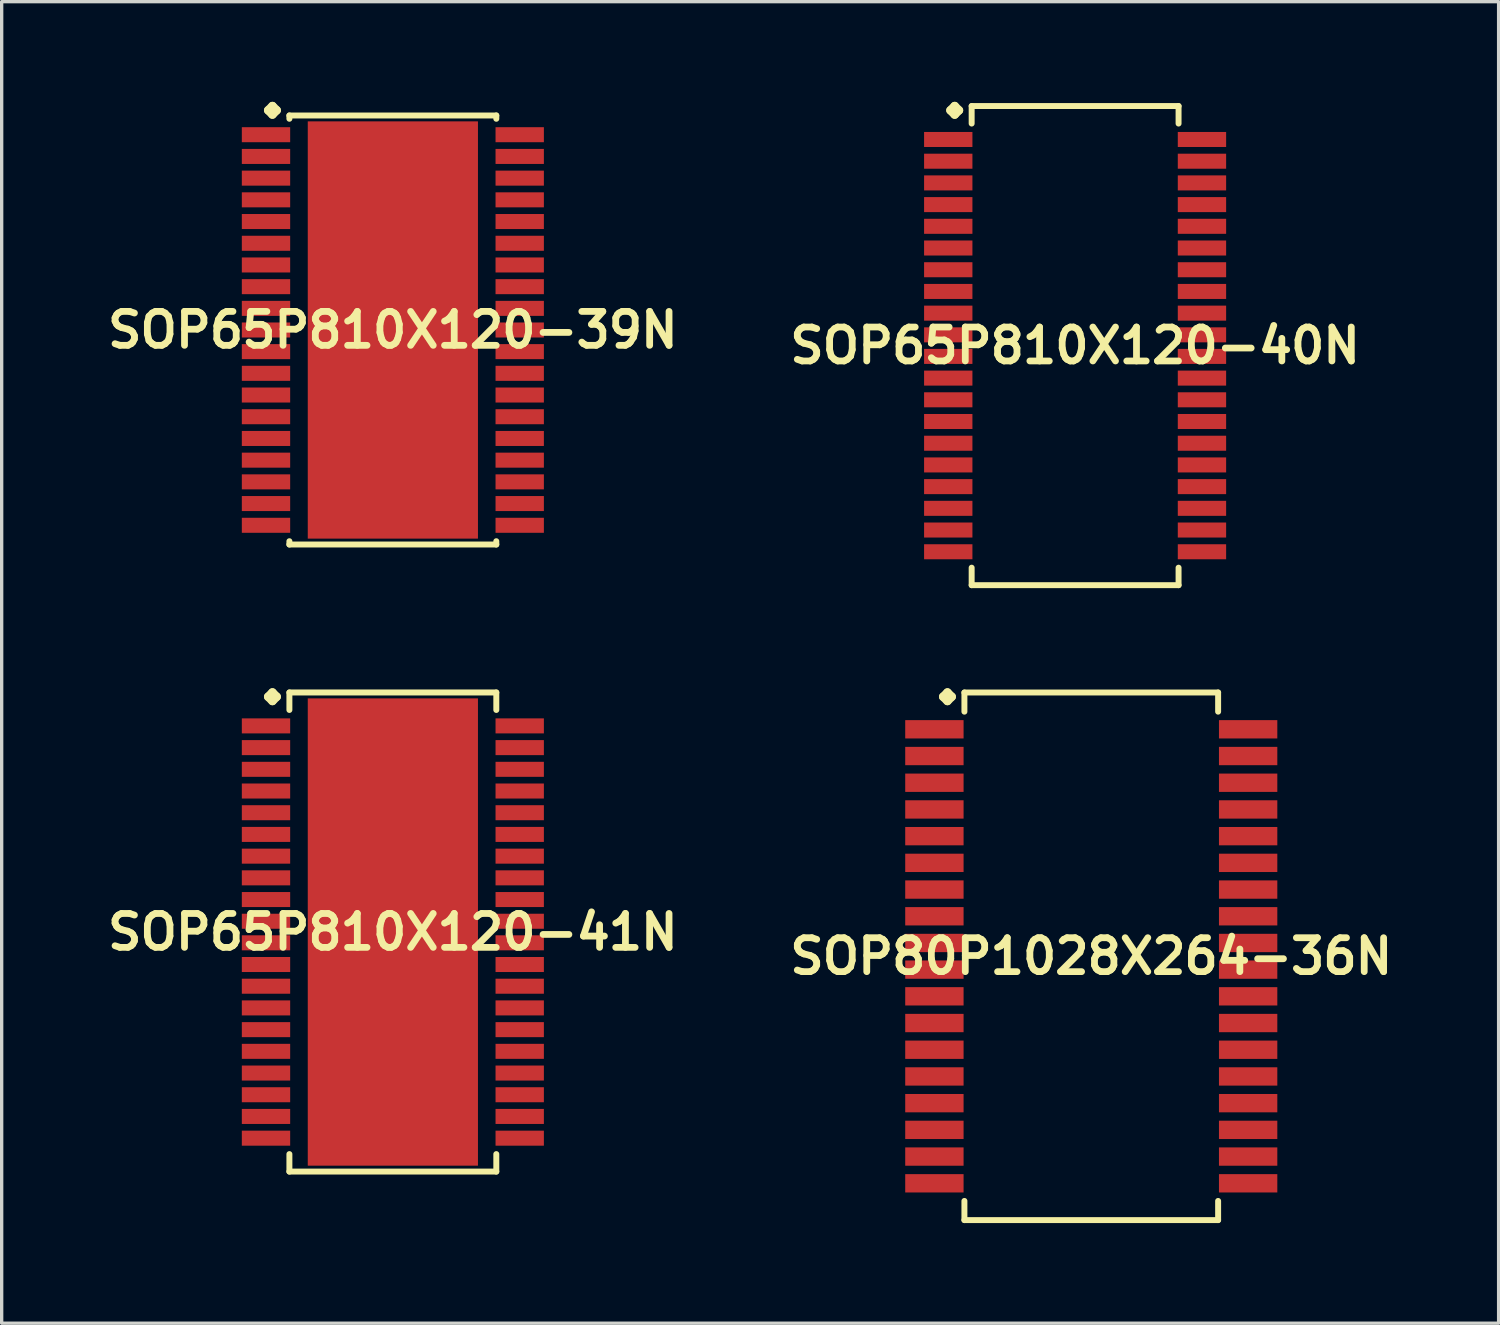
<source format=kicad_pcb>
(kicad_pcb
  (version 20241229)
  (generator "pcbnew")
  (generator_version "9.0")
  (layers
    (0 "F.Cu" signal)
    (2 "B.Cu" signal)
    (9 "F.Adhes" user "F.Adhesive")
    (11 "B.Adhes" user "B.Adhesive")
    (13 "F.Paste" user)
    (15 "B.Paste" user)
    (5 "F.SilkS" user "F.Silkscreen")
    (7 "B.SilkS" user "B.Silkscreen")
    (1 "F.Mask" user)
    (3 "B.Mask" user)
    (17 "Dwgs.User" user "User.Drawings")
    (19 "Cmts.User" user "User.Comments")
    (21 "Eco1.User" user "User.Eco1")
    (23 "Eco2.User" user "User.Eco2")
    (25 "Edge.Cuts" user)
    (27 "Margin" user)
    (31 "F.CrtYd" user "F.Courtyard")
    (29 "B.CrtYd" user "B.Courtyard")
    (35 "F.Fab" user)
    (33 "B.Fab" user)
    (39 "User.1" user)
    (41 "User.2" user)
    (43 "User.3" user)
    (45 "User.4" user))
  (footprint "SOP65P810X120-40N"
    (layer "F.Cu")
    (at 29.155 7.303)
    (property "Reference" "SOP65P810X120-40N" (at 0 0 0) (layer "F.SilkS") (effects (font (size 1.016 1.016) (thickness 0.203))))
    (attr smd)
    (fp_line (start -3.734 -7.048) (end -3.607 -7.176) (stroke (width 0.254) (type solid)) (layer "F.SilkS"))
    (fp_line (start -3.607 -7.176) (end -3.48 -7.048) (stroke (width 0.254) (type solid)) (layer "F.SilkS"))
    (fp_line (start -3.607 -6.921) (end -3.734 -7.048) (stroke (width 0.254) (type solid)) (layer "F.SilkS"))
    (fp_line (start -3.48 -7.048) (end -3.607 -6.921) (stroke (width 0.254) (type solid)) (layer "F.SilkS"))
    (fp_line (start -3.099 -7.176) (end 3.099 -7.176) (stroke (width 0.178) (type solid)) (layer "F.SilkS"))
    (fp_line (start -3.099 -6.652) (end -3.099 -7.176) (stroke (width 0.178) (type solid)) (layer "F.SilkS"))
    (fp_line (start -3.099 6.652) (end -3.099 7.176) (stroke (width 0.178) (type solid)) (layer "F.SilkS"))
    (fp_line (start -3.099 7.176) (end 3.099 7.176) (stroke (width 0.178) (type solid)) (layer "F.SilkS"))
    (fp_line (start 3.099 -7.176) (end 3.099 -6.652) (stroke (width 0.178) (type solid)) (layer "F.SilkS"))
    (fp_line (start 3.099 7.176) (end 3.099 6.652) (stroke (width 0.178) (type solid)) (layer "F.SilkS"))
    (pad "1" smd rect (at -3.8 -6.175) (size 1.448 0.45) (layers "F.Cu" "F.Mask" "F.Paste"))
    (pad "2" smd rect (at -3.8 -5.524) (size 1.448 0.45) (layers "F.Cu" "F.Mask" "F.Paste"))
    (pad "3" smd rect (at -3.8 -4.874) (size 1.448 0.45) (layers "F.Cu" "F.Mask" "F.Paste"))
    (pad "4" smd rect (at -3.8 -4.224) (size 1.448 0.45) (layers "F.Cu" "F.Mask" "F.Paste"))
    (pad "5" smd rect (at -3.8 -3.574) (size 1.448 0.45) (layers "F.Cu" "F.Mask" "F.Paste"))
    (pad "6" smd rect (at -3.8 -2.924) (size 1.448 0.45) (layers "F.Cu" "F.Mask" "F.Paste"))
    (pad "7" smd rect (at -3.8 -2.273) (size 1.448 0.45) (layers "F.Cu" "F.Mask" "F.Paste"))
    (pad "8" smd rect (at -3.8 -1.623) (size 1.448 0.45) (layers "F.Cu" "F.Mask" "F.Paste"))
    (pad "9" smd rect (at -3.8 -0.973) (size 1.448 0.45) (layers "F.Cu" "F.Mask" "F.Paste"))
    (pad "10" smd rect (at -3.8 -0.323) (size 1.448 0.45) (layers "F.Cu" "F.Mask" "F.Paste"))
    (pad "11" smd rect (at -3.8 0.323) (size 1.448 0.45) (layers "F.Cu" "F.Mask" "F.Paste"))
    (pad "12" smd rect (at -3.8 0.973) (size 1.448 0.45) (layers "F.Cu" "F.Mask" "F.Paste"))
    (pad "13" smd rect (at -3.8 1.623) (size 1.448 0.45) (layers "F.Cu" "F.Mask" "F.Paste"))
    (pad "14" smd rect (at -3.8 2.273) (size 1.448 0.45) (layers "F.Cu" "F.Mask" "F.Paste"))
    (pad "15" smd rect (at -3.8 2.924) (size 1.448 0.45) (layers "F.Cu" "F.Mask" "F.Paste"))
    (pad "16" smd rect (at -3.8 3.574) (size 1.448 0.45) (layers "F.Cu" "F.Mask" "F.Paste"))
    (pad "17" smd rect (at -3.8 4.224) (size 1.448 0.45) (layers "F.Cu" "F.Mask" "F.Paste"))
    (pad "18" smd rect (at -3.8 4.874) (size 1.448 0.45) (layers "F.Cu" "F.Mask" "F.Paste"))
    (pad "19" smd rect (at -3.8 5.524) (size 1.448 0.45) (layers "F.Cu" "F.Mask" "F.Paste"))
    (pad "20" smd rect (at -3.8 6.175) (size 1.448 0.45) (layers "F.Cu" "F.Mask" "F.Paste"))
    (pad "21" smd rect (at 3.8 6.175) (size 1.448 0.45) (layers "F.Cu" "F.Mask" "F.Paste"))
    (pad "22" smd rect (at 3.8 5.524) (size 1.448 0.45) (layers "F.Cu" "F.Mask" "F.Paste"))
    (pad "23" smd rect (at 3.8 4.874) (size 1.448 0.45) (layers "F.Cu" "F.Mask" "F.Paste"))
    (pad "24" smd rect (at 3.8 4.224) (size 1.448 0.45) (layers "F.Cu" "F.Mask" "F.Paste"))
    (pad "25" smd rect (at 3.8 3.574) (size 1.448 0.45) (layers "F.Cu" "F.Mask" "F.Paste"))
    (pad "26" smd rect (at 3.8 2.924) (size 1.448 0.45) (layers "F.Cu" "F.Mask" "F.Paste"))
    (pad "27" smd rect (at 3.8 2.273) (size 1.448 0.45) (layers "F.Cu" "F.Mask" "F.Paste"))
    (pad "28" smd rect (at 3.8 1.623) (size 1.448 0.45) (layers "F.Cu" "F.Mask" "F.Paste"))
    (pad "29" smd rect (at 3.8 0.973) (size 1.448 0.45) (layers "F.Cu" "F.Mask" "F.Paste"))
    (pad "30" smd rect (at 3.8 0.323) (size 1.448 0.45) (layers "F.Cu" "F.Mask" "F.Paste"))
    (pad "31" smd rect (at 3.8 -0.323) (size 1.448 0.45) (layers "F.Cu" "F.Mask" "F.Paste"))
    (pad "32" smd rect (at 3.8 -0.973) (size 1.448 0.45) (layers "F.Cu" "F.Mask" "F.Paste"))
    (pad "33" smd rect (at 3.8 -1.623) (size 1.448 0.45) (layers "F.Cu" "F.Mask" "F.Paste"))
    (pad "34" smd rect (at 3.8 -2.273) (size 1.448 0.45) (layers "F.Cu" "F.Mask" "F.Paste"))
    (pad "35" smd rect (at 3.8 -2.924) (size 1.448 0.45) (layers "F.Cu" "F.Mask" "F.Paste"))
    (pad "36" smd rect (at 3.8 -3.574) (size 1.448 0.45) (layers "F.Cu" "F.Mask" "F.Paste"))
    (pad "37" smd rect (at 3.8 -4.224) (size 1.448 0.45) (layers "F.Cu" "F.Mask" "F.Paste"))
    (pad "38" smd rect (at 3.8 -4.874) (size 1.448 0.45) (layers "F.Cu" "F.Mask" "F.Paste"))
    (pad "39" smd rect (at 3.8 -5.524) (size 1.448 0.45) (layers "F.Cu" "F.Mask" "F.Paste"))
    (pad "40" smd rect (at 3.8 -6.175) (size 1.448 0.45) (layers "F.Cu" "F.Mask" "F.Paste")))
  (footprint "SOP65P810X120-39N"
    (layer "F.Cu")
    (at 8.718 6.835)
    (property "Reference" "SOP65P810X120-39N" (at 0 0 0) (layer "F.SilkS") (effects (font (size 1.016 1.016) (thickness 0.203))))
    (attr smd)
    (fp_line (start -3.734 -6.581) (end -3.607 -6.708) (stroke (width 0.254) (type solid)) (layer "F.SilkS"))
    (fp_line (start -3.607 -6.708) (end -3.48 -6.581) (stroke (width 0.254) (type solid)) (layer "F.SilkS"))
    (fp_line (start -3.607 -6.454) (end -3.734 -6.581) (stroke (width 0.254) (type solid)) (layer "F.SilkS"))
    (fp_line (start -3.48 -6.581) (end -3.607 -6.454) (stroke (width 0.254) (type solid)) (layer "F.SilkS"))
    (fp_line (start -3.099 -6.426) (end 3.099 -6.426) (stroke (width 0.178) (type solid)) (layer "F.SilkS"))
    (fp_line (start -3.099 -6.327) (end -3.099 -6.426) (stroke (width 0.178) (type solid)) (layer "F.SilkS"))
    (fp_line (start -3.099 6.327) (end -3.099 6.426) (stroke (width 0.178) (type solid)) (layer "F.SilkS"))
    (fp_line (start -3.099 6.426) (end 3.099 6.426) (stroke (width 0.178) (type solid)) (layer "F.SilkS"))
    (fp_line (start 3.099 -6.426) (end 3.099 -6.327) (stroke (width 0.178) (type solid)) (layer "F.SilkS"))
    (fp_line (start 3.099 6.426) (end 3.099 6.327) (stroke (width 0.178) (type solid)) (layer "F.SilkS"))
    (pad "1" smd rect (at -3.8 -5.85) (size 1.448 0.45) (layers "F.Cu" "F.Mask" "F.Paste"))
    (pad "2" smd rect (at -3.8 -5.199) (size 1.448 0.45) (layers "F.Cu" "F.Mask" "F.Paste"))
    (pad "3" smd rect (at -3.8 -4.549) (size 1.448 0.45) (layers "F.Cu" "F.Mask" "F.Paste"))
    (pad "4" smd rect (at -3.8 -3.899) (size 1.448 0.45) (layers "F.Cu" "F.Mask" "F.Paste"))
    (pad "5" smd rect (at -3.8 -3.249) (size 1.448 0.45) (layers "F.Cu" "F.Mask" "F.Paste"))
    (pad "6" smd rect (at -3.8 -2.598) (size 1.448 0.45) (layers "F.Cu" "F.Mask" "F.Paste"))
    (pad "7" smd rect (at -3.8 -1.948) (size 1.448 0.45) (layers "F.Cu" "F.Mask" "F.Paste"))
    (pad "8" smd rect (at -3.8 -1.298) (size 1.448 0.45) (layers "F.Cu" "F.Mask" "F.Paste"))
    (pad "9" smd rect (at -3.8 -0.648) (size 1.448 0.45) (layers "F.Cu" "F.Mask" "F.Paste"))
    (pad "10" smd rect (at -3.8 0) (size 1.448 0.45) (layers "F.Cu" "F.Mask" "F.Paste"))
    (pad "11" smd rect (at -3.8 0.648) (size 1.448 0.45) (layers "F.Cu" "F.Mask" "F.Paste"))
    (pad "12" smd rect (at -3.8 1.298) (size 1.448 0.45) (layers "F.Cu" "F.Mask" "F.Paste"))
    (pad "13" smd rect (at -3.8 1.948) (size 1.448 0.45) (layers "F.Cu" "F.Mask" "F.Paste"))
    (pad "14" smd rect (at -3.8 2.598) (size 1.448 0.45) (layers "F.Cu" "F.Mask" "F.Paste"))
    (pad "15" smd rect (at -3.8 3.249) (size 1.448 0.45) (layers "F.Cu" "F.Mask" "F.Paste"))
    (pad "16" smd rect (at -3.8 3.899) (size 1.448 0.45) (layers "F.Cu" "F.Mask" "F.Paste"))
    (pad "17" smd rect (at -3.8 4.549) (size 1.448 0.45) (layers "F.Cu" "F.Mask" "F.Paste"))
    (pad "18" smd rect (at -3.8 5.199) (size 1.448 0.45) (layers "F.Cu" "F.Mask" "F.Paste"))
    (pad "19" smd rect (at -3.8 5.85) (size 1.448 0.45) (layers "F.Cu" "F.Mask" "F.Paste"))
    (pad "20" smd rect (at 3.8 5.85) (size 1.448 0.45) (layers "F.Cu" "F.Mask" "F.Paste"))
    (pad "21" smd rect (at 3.8 5.199) (size 1.448 0.45) (layers "F.Cu" "F.Mask" "F.Paste"))
    (pad "22" smd rect (at 3.8 4.549) (size 1.448 0.45) (layers "F.Cu" "F.Mask" "F.Paste"))
    (pad "23" smd rect (at 3.8 3.899) (size 1.448 0.45) (layers "F.Cu" "F.Mask" "F.Paste"))
    (pad "24" smd rect (at 3.8 3.249) (size 1.448 0.45) (layers "F.Cu" "F.Mask" "F.Paste"))
    (pad "25" smd rect (at 3.8 2.598) (size 1.448 0.45) (layers "F.Cu" "F.Mask" "F.Paste"))
    (pad "26" smd rect (at 3.8 1.948) (size 1.448 0.45) (layers "F.Cu" "F.Mask" "F.Paste"))
    (pad "27" smd rect (at 3.8 1.298) (size 1.448 0.45) (layers "F.Cu" "F.Mask" "F.Paste"))
    (pad "28" smd rect (at 3.8 0.648) (size 1.448 0.45) (layers "F.Cu" "F.Mask" "F.Paste"))
    (pad "29" smd rect (at 3.8 0) (size 1.448 0.45) (layers "F.Cu" "F.Mask" "F.Paste"))
    (pad "30" smd rect (at 3.8 -0.648) (size 1.448 0.45) (layers "F.Cu" "F.Mask" "F.Paste"))
    (pad "31" smd rect (at 3.8 -1.298) (size 1.448 0.45) (layers "F.Cu" "F.Mask" "F.Paste"))
    (pad "32" smd rect (at 3.8 -1.948) (size 1.448 0.45) (layers "F.Cu" "F.Mask" "F.Paste"))
    (pad "33" smd rect (at 3.8 -2.598) (size 1.448 0.45) (layers "F.Cu" "F.Mask" "F.Paste"))
    (pad "34" smd rect (at 3.8 -3.249) (size 1.448 0.45) (layers "F.Cu" "F.Mask" "F.Paste"))
    (pad "35" smd rect (at 3.8 -3.899) (size 1.448 0.45) (layers "F.Cu" "F.Mask" "F.Paste"))
    (pad "36" smd rect (at 3.8 -4.549) (size 1.448 0.45) (layers "F.Cu" "F.Mask" "F.Paste"))
    (pad "37" smd rect (at 3.8 -5.199) (size 1.448 0.45) (layers "F.Cu" "F.Mask" "F.Paste"))
    (pad "38" smd rect (at 3.8 -5.85) (size 1.448 0.45) (layers "F.Cu" "F.Mask" "F.Paste"))
    (pad "39" smd rect (at 0 0) (size 5.098 12.499) (layers "F.Cu" "F.Mask" "F.Paste")))
  (footprint "SOP65P810X120-41N"
    (layer "F.Cu")
    (at 8.718 24.869)
    (property "Reference" "SOP65P810X120-41N" (at 0 0 0) (layer "F.SilkS") (effects (font (size 1.016 1.016) (thickness 0.203))))
    (attr smd)
    (fp_line (start -3.734 -7.048) (end -3.607 -7.176) (stroke (width 0.254) (type solid)) (layer "F.SilkS"))
    (fp_line (start -3.607 -7.176) (end -3.48 -7.048) (stroke (width 0.254) (type solid)) (layer "F.SilkS"))
    (fp_line (start -3.607 -6.921) (end -3.734 -7.048) (stroke (width 0.254) (type solid)) (layer "F.SilkS"))
    (fp_line (start -3.48 -7.048) (end -3.607 -6.921) (stroke (width 0.254) (type solid)) (layer "F.SilkS"))
    (fp_line (start -3.099 -7.176) (end 3.099 -7.176) (stroke (width 0.178) (type solid)) (layer "F.SilkS"))
    (fp_line (start -3.099 -6.652) (end -3.099 -7.176) (stroke (width 0.178) (type solid)) (layer "F.SilkS"))
    (fp_line (start -3.099 6.652) (end -3.099 7.176) (stroke (width 0.178) (type solid)) (layer "F.SilkS"))
    (fp_line (start -3.099 7.176) (end 3.099 7.176) (stroke (width 0.178) (type solid)) (layer "F.SilkS"))
    (fp_line (start 3.099 -7.176) (end 3.099 -6.652) (stroke (width 0.178) (type solid)) (layer "F.SilkS"))
    (fp_line (start 3.099 7.176) (end 3.099 6.652) (stroke (width 0.178) (type solid)) (layer "F.SilkS"))
    (pad "1" smd rect (at -3.8 -6.175) (size 1.448 0.45) (layers "F.Cu" "F.Mask" "F.Paste"))
    (pad "2" smd rect (at -3.8 -5.524) (size 1.448 0.45) (layers "F.Cu" "F.Mask" "F.Paste"))
    (pad "3" smd rect (at -3.8 -4.874) (size 1.448 0.45) (layers "F.Cu" "F.Mask" "F.Paste"))
    (pad "4" smd rect (at -3.8 -4.224) (size 1.448 0.45) (layers "F.Cu" "F.Mask" "F.Paste"))
    (pad "5" smd rect (at -3.8 -3.574) (size 1.448 0.45) (layers "F.Cu" "F.Mask" "F.Paste"))
    (pad "6" smd rect (at -3.8 -2.924) (size 1.448 0.45) (layers "F.Cu" "F.Mask" "F.Paste"))
    (pad "7" smd rect (at -3.8 -2.273) (size 1.448 0.45) (layers "F.Cu" "F.Mask" "F.Paste"))
    (pad "8" smd rect (at -3.8 -1.623) (size 1.448 0.45) (layers "F.Cu" "F.Mask" "F.Paste"))
    (pad "9" smd rect (at -3.8 -0.973) (size 1.448 0.45) (layers "F.Cu" "F.Mask" "F.Paste"))
    (pad "10" smd rect (at -3.8 -0.323) (size 1.448 0.45) (layers "F.Cu" "F.Mask" "F.Paste"))
    (pad "11" smd rect (at -3.8 0.323) (size 1.448 0.45) (layers "F.Cu" "F.Mask" "F.Paste"))
    (pad "12" smd rect (at -3.8 0.973) (size 1.448 0.45) (layers "F.Cu" "F.Mask" "F.Paste"))
    (pad "13" smd rect (at -3.8 1.623) (size 1.448 0.45) (layers "F.Cu" "F.Mask" "F.Paste"))
    (pad "14" smd rect (at -3.8 2.273) (size 1.448 0.45) (layers "F.Cu" "F.Mask" "F.Paste"))
    (pad "15" smd rect (at -3.8 2.924) (size 1.448 0.45) (layers "F.Cu" "F.Mask" "F.Paste"))
    (pad "16" smd rect (at -3.8 3.574) (size 1.448 0.45) (layers "F.Cu" "F.Mask" "F.Paste"))
    (pad "17" smd rect (at -3.8 4.224) (size 1.448 0.45) (layers "F.Cu" "F.Mask" "F.Paste"))
    (pad "18" smd rect (at -3.8 4.874) (size 1.448 0.45) (layers "F.Cu" "F.Mask" "F.Paste"))
    (pad "19" smd rect (at -3.8 5.524) (size 1.448 0.45) (layers "F.Cu" "F.Mask" "F.Paste"))
    (pad "20" smd rect (at -3.8 6.175) (size 1.448 0.45) (layers "F.Cu" "F.Mask" "F.Paste"))
    (pad "21" smd rect (at 3.8 6.175) (size 1.448 0.45) (layers "F.Cu" "F.Mask" "F.Paste"))
    (pad "22" smd rect (at 3.8 5.524) (size 1.448 0.45) (layers "F.Cu" "F.Mask" "F.Paste"))
    (pad "23" smd rect (at 3.8 4.874) (size 1.448 0.45) (layers "F.Cu" "F.Mask" "F.Paste"))
    (pad "24" smd rect (at 3.8 4.224) (size 1.448 0.45) (layers "F.Cu" "F.Mask" "F.Paste"))
    (pad "25" smd rect (at 3.8 3.574) (size 1.448 0.45) (layers "F.Cu" "F.Mask" "F.Paste"))
    (pad "26" smd rect (at 3.8 2.924) (size 1.448 0.45) (layers "F.Cu" "F.Mask" "F.Paste"))
    (pad "27" smd rect (at 3.8 2.273) (size 1.448 0.45) (layers "F.Cu" "F.Mask" "F.Paste"))
    (pad "28" smd rect (at 3.8 1.623) (size 1.448 0.45) (layers "F.Cu" "F.Mask" "F.Paste"))
    (pad "29" smd rect (at 3.8 0.973) (size 1.448 0.45) (layers "F.Cu" "F.Mask" "F.Paste"))
    (pad "30" smd rect (at 3.8 0.323) (size 1.448 0.45) (layers "F.Cu" "F.Mask" "F.Paste"))
    (pad "31" smd rect (at 3.8 -0.323) (size 1.448 0.45) (layers "F.Cu" "F.Mask" "F.Paste"))
    (pad "32" smd rect (at 3.8 -0.973) (size 1.448 0.45) (layers "F.Cu" "F.Mask" "F.Paste"))
    (pad "33" smd rect (at 3.8 -1.623) (size 1.448 0.45) (layers "F.Cu" "F.Mask" "F.Paste"))
    (pad "34" smd rect (at 3.8 -2.273) (size 1.448 0.45) (layers "F.Cu" "F.Mask" "F.Paste"))
    (pad "35" smd rect (at 3.8 -2.924) (size 1.448 0.45) (layers "F.Cu" "F.Mask" "F.Paste"))
    (pad "36" smd rect (at 3.8 -3.574) (size 1.448 0.45) (layers "F.Cu" "F.Mask" "F.Paste"))
    (pad "37" smd rect (at 3.8 -4.224) (size 1.448 0.45) (layers "F.Cu" "F.Mask" "F.Paste"))
    (pad "38" smd rect (at 3.8 -4.874) (size 1.448 0.45) (layers "F.Cu" "F.Mask" "F.Paste"))
    (pad "39" smd rect (at 3.8 -5.524) (size 1.448 0.45) (layers "F.Cu" "F.Mask" "F.Paste"))
    (pad "40" smd rect (at 3.8 -6.175) (size 1.448 0.45) (layers "F.Cu" "F.Mask" "F.Paste"))
    (pad "41" smd rect (at 0 0) (size 5.098 13.998) (layers "F.Cu" "F.Mask" "F.Paste")))
  (footprint "SOP80P1028X264-36N"
    (layer "F.Cu")
    (at 29.639 25.596)
    (property "Reference" "SOP80P1028X264-36N" (at 0 0 0) (layer "F.SilkS") (effects (font (size 1.016 1.016) (thickness 0.203))))
    (attr smd)
    (fp_line (start -4.435 -7.775) (end -4.308 -7.902) (stroke (width 0.254) (type solid)) (layer "F.SilkS"))
    (fp_line (start -4.308 -7.902) (end -4.181 -7.775) (stroke (width 0.254) (type solid)) (layer "F.SilkS"))
    (fp_line (start -4.308 -7.648) (end -4.435 -7.775) (stroke (width 0.254) (type solid)) (layer "F.SilkS"))
    (fp_line (start -4.181 -7.775) (end -4.308 -7.648) (stroke (width 0.254) (type solid)) (layer "F.SilkS"))
    (fp_line (start -3.8 -7.902) (end 3.8 -7.902) (stroke (width 0.178) (type solid)) (layer "F.SilkS"))
    (fp_line (start -3.8 -7.328) (end -3.8 -7.902) (stroke (width 0.178) (type solid)) (layer "F.SilkS"))
    (fp_line (start -3.8 7.328) (end -3.8 7.902) (stroke (width 0.178) (type solid)) (layer "F.SilkS"))
    (fp_line (start -3.8 7.902) (end 3.8 7.902) (stroke (width 0.178) (type solid)) (layer "F.SilkS"))
    (fp_line (start 3.8 -7.902) (end 3.8 -7.328) (stroke (width 0.178) (type solid)) (layer "F.SilkS"))
    (fp_line (start 3.8 7.902) (end 3.8 7.328) (stroke (width 0.178) (type solid)) (layer "F.SilkS"))
    (pad "1" smd rect (at -4.699 -6.8) (size 1.748 0.549) (layers "F.Cu" "F.Mask" "F.Paste"))
    (pad "2" smd rect (at -4.699 -5.999) (size 1.748 0.549) (layers "F.Cu" "F.Mask" "F.Paste"))
    (pad "3" smd rect (at -4.699 -5.199) (size 1.748 0.549) (layers "F.Cu" "F.Mask" "F.Paste"))
    (pad "4" smd rect (at -4.699 -4.399) (size 1.748 0.549) (layers "F.Cu" "F.Mask" "F.Paste"))
    (pad "5" smd rect (at -4.699 -3.599) (size 1.748 0.549) (layers "F.Cu" "F.Mask" "F.Paste"))
    (pad "6" smd rect (at -4.699 -2.799) (size 1.748 0.549) (layers "F.Cu" "F.Mask" "F.Paste"))
    (pad "7" smd rect (at -4.699 -1.999) (size 1.748 0.549) (layers "F.Cu" "F.Mask" "F.Paste"))
    (pad "8" smd rect (at -4.699 -1.199) (size 1.748 0.549) (layers "F.Cu" "F.Mask" "F.Paste"))
    (pad "9" smd rect (at -4.699 -0.399) (size 1.748 0.549) (layers "F.Cu" "F.Mask" "F.Paste"))
    (pad "10" smd rect (at -4.699 0.399) (size 1.748 0.549) (layers "F.Cu" "F.Mask" "F.Paste"))
    (pad "11" smd rect (at -4.699 1.199) (size 1.748 0.549) (layers "F.Cu" "F.Mask" "F.Paste"))
    (pad "12" smd rect (at -4.699 1.999) (size 1.748 0.549) (layers "F.Cu" "F.Mask" "F.Paste"))
    (pad "13" smd rect (at -4.699 2.799) (size 1.748 0.549) (layers "F.Cu" "F.Mask" "F.Paste"))
    (pad "14" smd rect (at -4.699 3.599) (size 1.748 0.549) (layers "F.Cu" "F.Mask" "F.Paste"))
    (pad "15" smd rect (at -4.699 4.399) (size 1.748 0.549) (layers "F.Cu" "F.Mask" "F.Paste"))
    (pad "16" smd rect (at -4.699 5.199) (size 1.748 0.549) (layers "F.Cu" "F.Mask" "F.Paste"))
    (pad "17" smd rect (at -4.699 5.999) (size 1.748 0.549) (layers "F.Cu" "F.Mask" "F.Paste"))
    (pad "18" smd rect (at -4.699 6.8) (size 1.748 0.549) (layers "F.Cu" "F.Mask" "F.Paste"))
    (pad "19" smd rect (at 4.699 6.8) (size 1.748 0.549) (layers "F.Cu" "F.Mask" "F.Paste"))
    (pad "20" smd rect (at 4.699 5.999) (size 1.748 0.549) (layers "F.Cu" "F.Mask" "F.Paste"))
    (pad "21" smd rect (at 4.699 5.199) (size 1.748 0.549) (layers "F.Cu" "F.Mask" "F.Paste"))
    (pad "22" smd rect (at 4.699 4.399) (size 1.748 0.549) (layers "F.Cu" "F.Mask" "F.Paste"))
    (pad "23" smd rect (at 4.699 3.599) (size 1.748 0.549) (layers "F.Cu" "F.Mask" "F.Paste"))
    (pad "24" smd rect (at 4.699 2.799) (size 1.748 0.549) (layers "F.Cu" "F.Mask" "F.Paste"))
    (pad "25" smd rect (at 4.699 1.999) (size 1.748 0.549) (layers "F.Cu" "F.Mask" "F.Paste"))
    (pad "26" smd rect (at 4.699 1.199) (size 1.748 0.549) (layers "F.Cu" "F.Mask" "F.Paste"))
    (pad "27" smd rect (at 4.699 0.399) (size 1.748 0.549) (layers "F.Cu" "F.Mask" "F.Paste"))
    (pad "28" smd rect (at 4.699 -0.399) (size 1.748 0.549) (layers "F.Cu" "F.Mask" "F.Paste"))
    (pad "29" smd rect (at 4.699 -1.199) (size 1.748 0.549) (layers "F.Cu" "F.Mask" "F.Paste"))
    (pad "30" smd rect (at 4.699 -1.999) (size 1.748 0.549) (layers "F.Cu" "F.Mask" "F.Paste"))
    (pad "31" smd rect (at 4.699 -2.799) (size 1.748 0.549) (layers "F.Cu" "F.Mask" "F.Paste"))
    (pad "32" smd rect (at 4.699 -3.599) (size 1.748 0.549) (layers "F.Cu" "F.Mask" "F.Paste"))
    (pad "33" smd rect (at 4.699 -4.399) (size 1.748 0.549) (layers "F.Cu" "F.Mask" "F.Paste"))
    (pad "34" smd rect (at 4.699 -5.199) (size 1.748 0.549) (layers "F.Cu" "F.Mask" "F.Paste"))
    (pad "35" smd rect (at 4.699 -5.999) (size 1.748 0.549) (layers "F.Cu" "F.Mask" "F.Paste"))
    (pad "36" smd rect (at 4.699 -6.8) (size 1.748 0.549) (layers "F.Cu" "F.Mask" "F.Paste")))
  (gr_rect
    (start -3 -3)
    (end 41.841 36.587)
    (stroke (width 0.1) (type default))
    (fill no)
    (layer "Edge.Cuts")))
</source>
